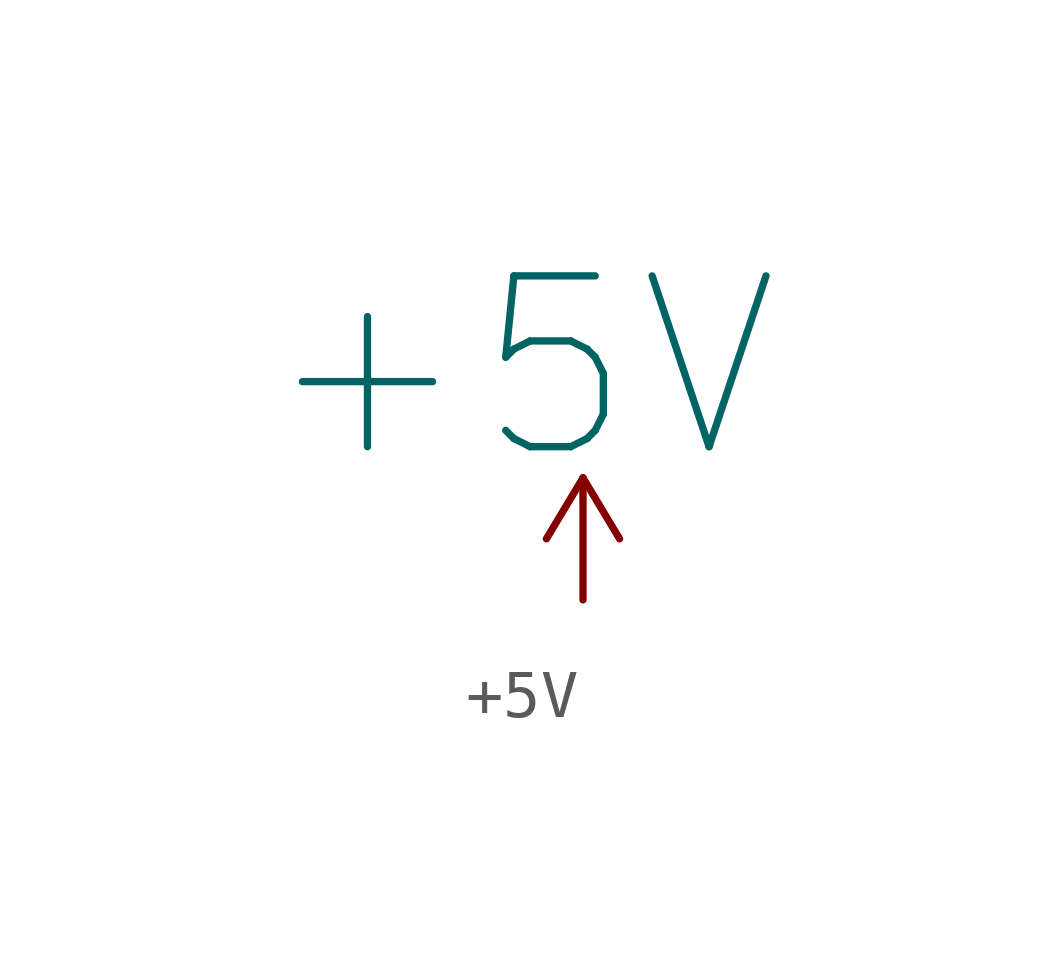
<source format=kicad_sym>
(kicad_symbol_lib
  (version 20201005)
  (generator kicad_symbol_editor)
  (symbol "power_modules:+5V"
    (power)
    (pin_names
      (offset 0))
    (property "Reference" "#PWR"
      (at 0 -3.81 0)
      (effects (font (size 1.27 1.27)) hide))
    (property "Value" "+5V"
      (at -1.27 4.826 0)
      (effects (font (size 3.556 3.556))))
    (symbol "+5V_0_1"
      (polyline (pts (xy -0.762 1.27) (xy 0 2.54)) (stroke (width 0)) (fill (type none)))
      (polyline (pts (xy 0 0) (xy 0 2.54)) (stroke (width 0)) (fill (type none)))
      (polyline (pts (xy 0 2.54) (xy 0.762 1.27)) (stroke (width 0)) (fill (type none))))
    (symbol "+5V_1_1"
      (pin power_in line (at 0 0 90) (length 0) hide (name "+5V" (effects (font (size 1.27 1.27)))) (number "1" (effects (font (size 1.27 1.27))))))))
</source>
